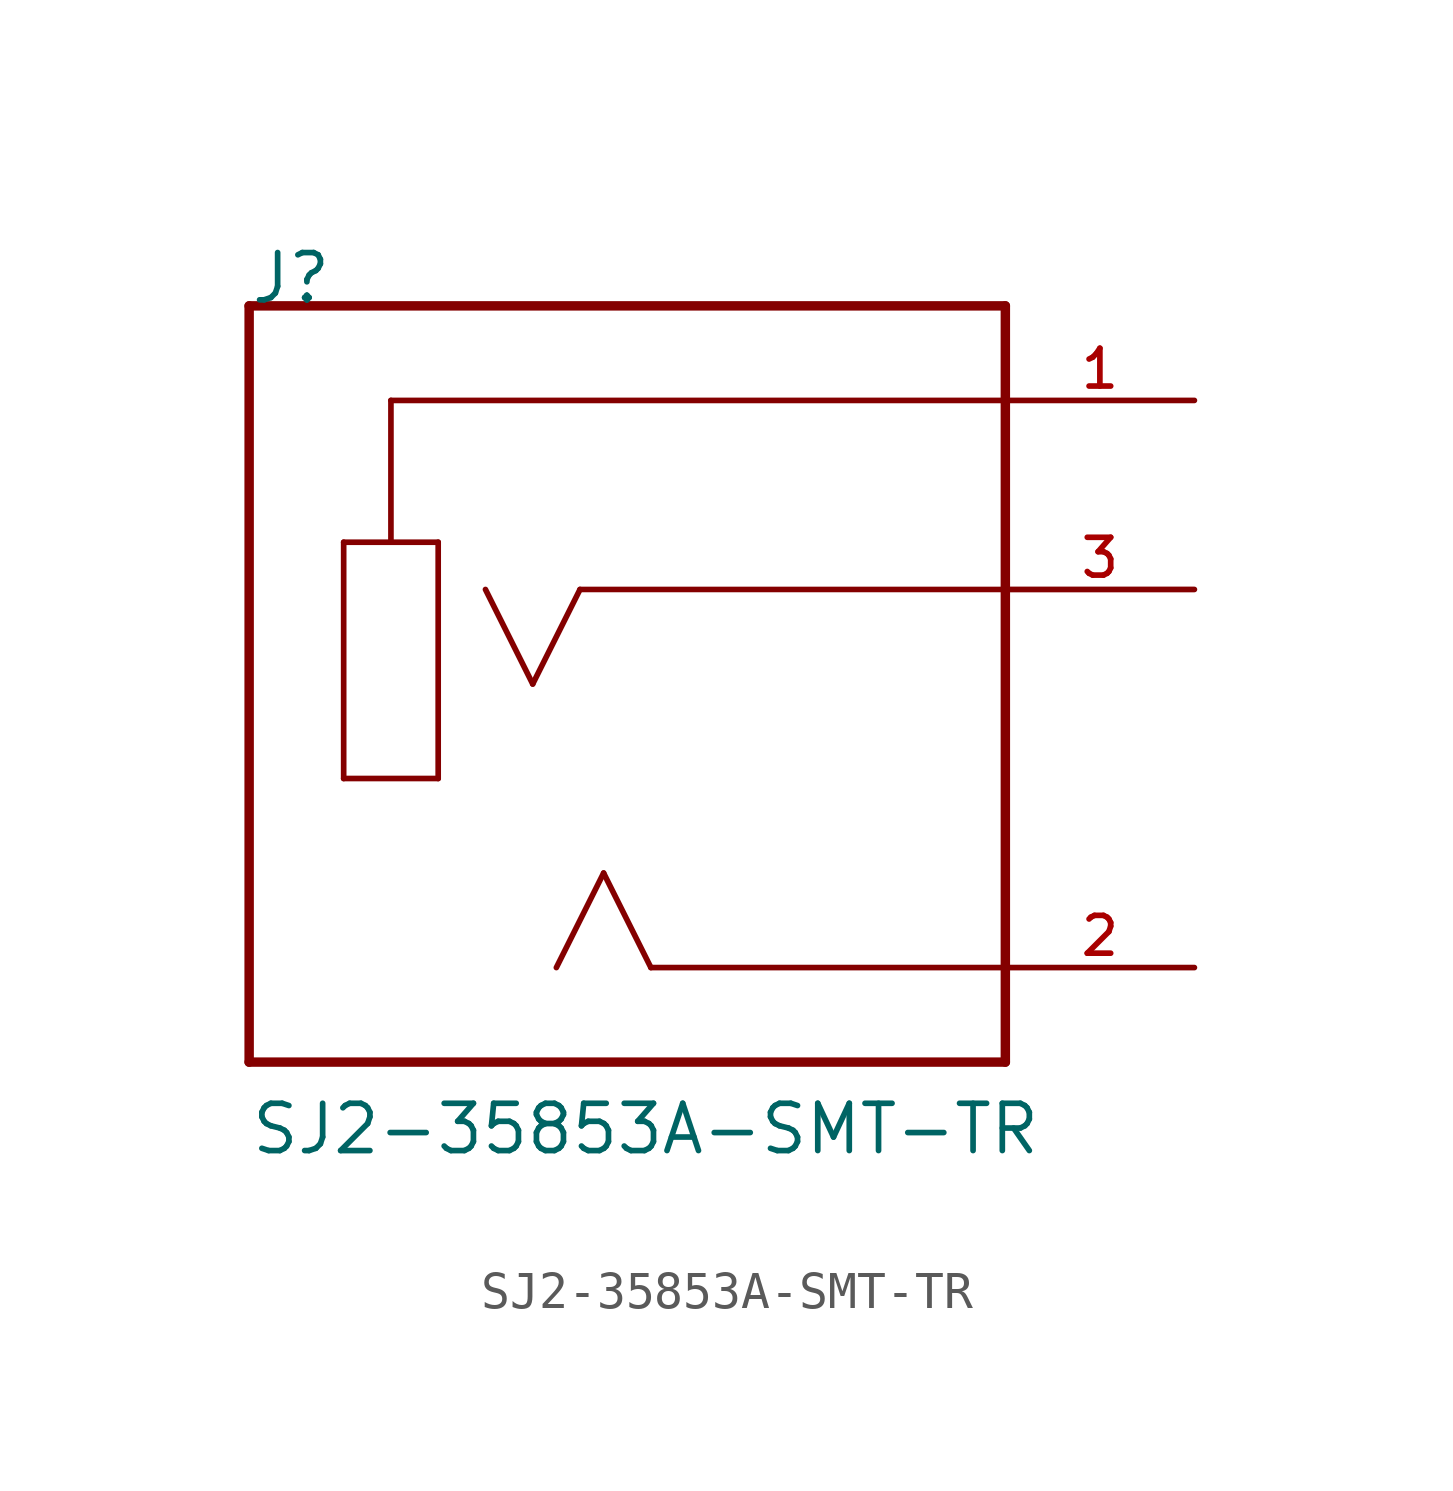
<source format=kicad_sym>
(kicad_symbol_lib
  (version 20211014)
  (generator kicad_symbol_editor)
  (symbol "SJ2-35853A-SMT-TR"
    (pin_names
      (offset 1.016) hide)
    (property "Reference" "J"
      (at -10.16 10.16 0)
      (effects (font (size 1.27 1.27)) (justify left bottom)))
    (property "Value" "SJ2-35853A-SMT-TR"
      (at -10.16 -12.7 0)
      (effects (font (size 1.27 1.27)) (justify left bottom)))
    (property "ki_locked" ""
      (at 0 0 0)
      (effects (font (size 1.27 1.27))))
    (symbol "SJ2-35853A-SMT-TR_0_0"
      (polyline (pts (xy -10.16 -10.16) (xy -10.16 10.16)) (stroke (width 0.254) (type default) (color 0 0 0 0)) (fill (type none)))
      (polyline (pts (xy -10.16 10.16) (xy 10.16 10.16)) (stroke (width 0.254) (type default) (color 0 0 0 0)) (fill (type none)))
      (polyline (pts (xy -7.62 -2.54) (xy -5.08 -2.54)) (stroke (width 0.152) (type default) (color 0 0 0 0)) (fill (type none)))
      (polyline (pts (xy -7.62 3.81) (xy -7.62 -2.54)) (stroke (width 0.152) (type default) (color 0 0 0 0)) (fill (type none)))
      (polyline (pts (xy -6.35 3.81) (xy -7.62 3.81)) (stroke (width 0.152) (type default) (color 0 0 0 0)) (fill (type none)))
      (polyline (pts (xy -6.35 7.62) (xy -6.35 3.81)) (stroke (width 0.152) (type default) (color 0 0 0 0)) (fill (type none)))
      (polyline (pts (xy -5.08 -2.54) (xy -5.08 3.81)) (stroke (width 0.152) (type default) (color 0 0 0 0)) (fill (type none)))
      (polyline (pts (xy -5.08 3.81) (xy -6.35 3.81)) (stroke (width 0.152) (type default) (color 0 0 0 0)) (fill (type none)))
      (polyline (pts (xy -2.54 0) (xy -3.81 2.54)) (stroke (width 0.152) (type default) (color 0 0 0 0)) (fill (type none)))
      (polyline (pts (xy -1.27 2.54) (xy -2.54 0)) (stroke (width 0.152) (type default) (color 0 0 0 0)) (fill (type none)))
      (polyline (pts (xy -0.635 -5.08) (xy -1.905 -7.62)) (stroke (width 0.152) (type default) (color 0 0 0 0)) (fill (type none)))
      (polyline (pts (xy 0.635 -7.62) (xy -0.635 -5.08)) (stroke (width 0.152) (type default) (color 0 0 0 0)) (fill (type none)))
      (polyline (pts (xy 10.16 -10.16) (xy -10.16 -10.16)) (stroke (width 0.254) (type default) (color 0 0 0 0)) (fill (type none)))
      (polyline (pts (xy 10.16 -7.62) (xy 0.635 -7.62)) (stroke (width 0.152) (type default) (color 0 0 0 0)) (fill (type none)))
      (polyline (pts (xy 10.16 -7.62) (xy 10.16 -10.16)) (stroke (width 0.254) (type default) (color 0 0 0 0)) (fill (type none)))
      (polyline (pts (xy 10.16 2.54) (xy -1.27 2.54)) (stroke (width 0.152) (type default) (color 0 0 0 0)) (fill (type none)))
      (polyline (pts (xy 10.16 2.54) (xy 10.16 -7.62)) (stroke (width 0.254) (type default) (color 0 0 0 0)) (fill (type none)))
      (polyline (pts (xy 10.16 7.62) (xy -6.35 7.62)) (stroke (width 0.152) (type default) (color 0 0 0 0)) (fill (type none)))
      (polyline (pts (xy 10.16 7.62) (xy 10.16 2.54)) (stroke (width 0.254) (type default) (color 0 0 0 0)) (fill (type none)))
      (polyline (pts (xy 10.16 10.16) (xy 10.16 7.62)) (stroke (width 0.254) (type default) (color 0 0 0 0)) (fill (type none)))
      (pin passive line (at 15.24 7.62 180) (length 5.08) (name "~" (effects (font (size 1.016 1.016)))) (number "1" (effects (font (size 1.016 1.016)))))
      (pin passive line (at 15.24 -7.62 180) (length 5.08) (name "~" (effects (font (size 1.016 1.016)))) (number "2" (effects (font (size 1.016 1.016)))))
      (pin passive line (at 15.24 2.54 180) (length 5.08) (name "~" (effects (font (size 1.016 1.016)))) (number "3" (effects (font (size 1.016 1.016))))))))
</source>
